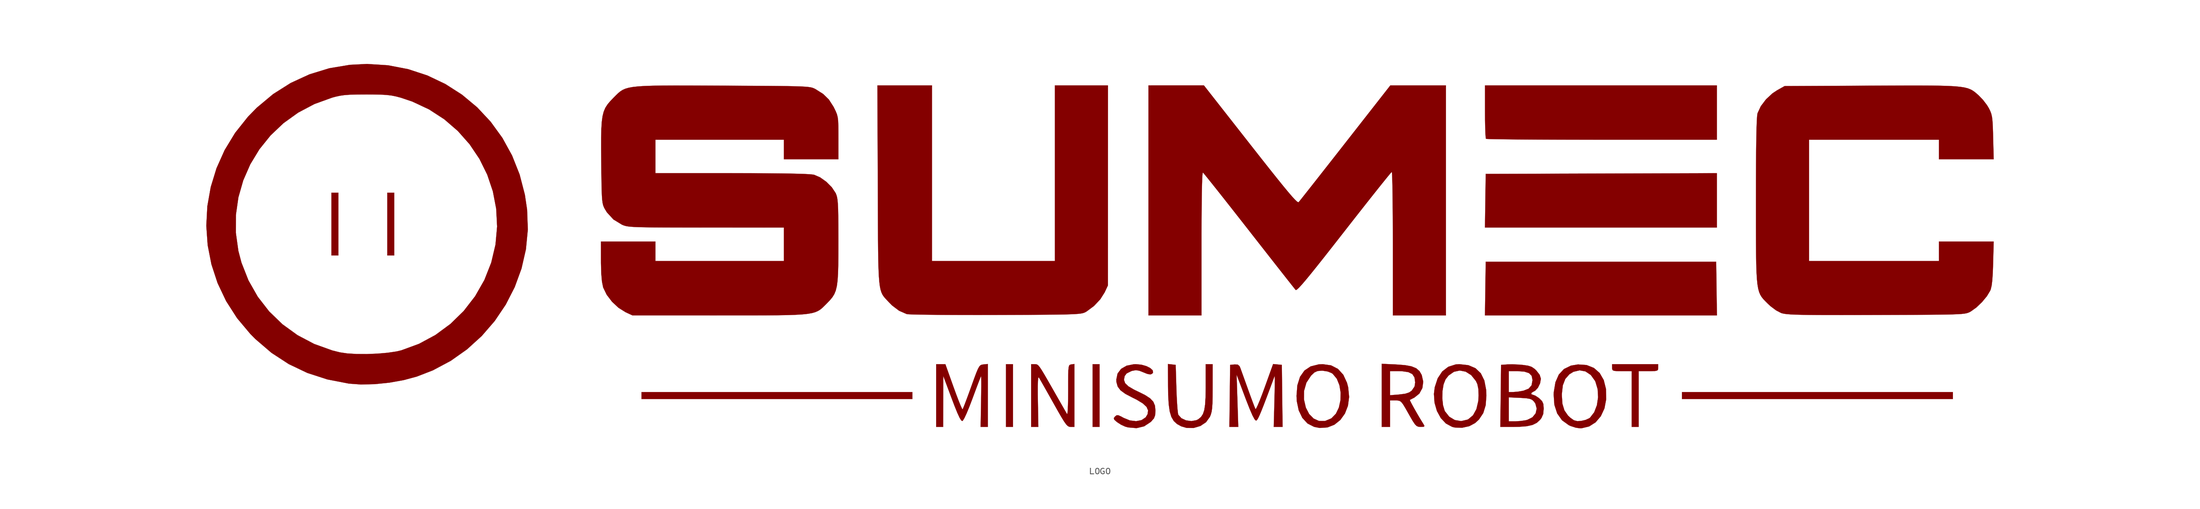
<source format=kicad_sym>
(kicad_symbol_lib
  (version 20220914)
  (generator kicad_symbol_editor)
  (symbol "LOGO"
    (pin_names
      (offset 1.016))
    (property "Reference" "#G"
      (at 0 42.443 0)
      (effects (font (size 1.27 1.27)) hide))
    (symbol "LOGO_0_0"
      (polyline (pts (xy -105.461 6.604) (xy -105.461 11.176) (xy -105.969 11.176) (xy -106.477 11.176) (xy -106.477 6.604) (xy -106.477 2.032) (xy -105.969 2.032) (xy -105.461 2.032) (xy -105.461 6.604)) (stroke (width 0.01) (type default)) (fill (type outline)))
      (polyline (pts (xy -97.333 6.604) (xy -97.333 11.176) (xy -97.841 11.176) (xy -98.349 11.176) (xy -98.349 6.604) (xy -98.349 2.032) (xy -97.841 2.032) (xy -97.333 2.032) (xy -97.333 6.604)) (stroke (width 0.01) (type default)) (fill (type outline)))
      (polyline (pts (xy -21.946 -18.39) (xy -21.946 -17.882) (xy -41.656 -17.882) (xy -61.366 -17.882) (xy -61.366 -18.39) (xy -61.366 -18.898) (xy -41.656 -18.898) (xy -21.946 -18.898) (xy -21.946 -18.39)) (stroke (width 0.01) (type default)) (fill (type outline)))
      (polyline (pts (xy -7.315 -18.39) (xy -7.315 -13.818) (xy -7.823 -13.818) (xy -8.331 -13.818) (xy -8.331 -18.39) (xy -8.331 -22.962) (xy -7.823 -22.962) (xy -7.315 -22.962) (xy -7.315 -18.39)) (stroke (width 0.01) (type default)) (fill (type outline)))
      (polyline (pts (xy 5.283 -18.39) (xy 5.283 -13.818) (xy 4.775 -13.818) (xy 4.267 -13.818) (xy 4.267 -18.39) (xy 4.267 -22.962) (xy 4.775 -22.962) (xy 5.283 -22.962) (xy 5.283 -18.39)) (stroke (width 0.01) (type default)) (fill (type outline)))
      (polyline (pts (xy 95.051 -2.794) (xy 94.996 1.118) (xy 78.232 1.118) (xy 61.468 1.118) (xy 61.413 -2.794) (xy 61.358 -6.706) (xy 78.232 -6.706) (xy 95.106 -6.706) (xy 95.051 -2.794)) (stroke (width 0.01) (type default)) (fill (type outline)))
      (polyline (pts (xy 95.098 10.06) (xy 95.098 14.023) (xy 78.283 13.971) (xy 61.468 13.919) (xy 61.413 10.008) (xy 61.358 6.096) (xy 78.228 6.096) (xy 95.098 6.096) (xy 95.098 10.06)) (stroke (width 0.01) (type default)) (fill (type outline)))
      (polyline (pts (xy 129.438 -18.39) (xy 129.438 -17.882) (xy 109.728 -17.882) (xy 90.018 -17.882) (xy 90.018 -18.39) (xy 90.018 -18.898) (xy 109.728 -18.898) (xy 129.438 -18.898) (xy 129.438 -18.39)) (stroke (width 0.01) (type default)) (fill (type outline)))
      (polyline (pts (xy 83.718 -18.898) (xy 83.718 -14.834) (xy 85.141 -14.834) (xy 85.52 -14.833) (xy 86.109 -14.813) (xy 86.42 -14.743) (xy 86.542 -14.591) (xy 86.563 -14.326) (xy 86.563 -13.818) (xy 83.21 -13.818) (xy 79.858 -13.818) (xy 79.858 -14.326) (xy 79.86 -14.461) (xy 79.915 -14.671) (xy 80.112 -14.783) (xy 80.537 -14.826) (xy 81.28 -14.834) (xy 82.702 -14.834) (xy 82.702 -18.898) (xy 82.702 -22.962) (xy 83.21 -22.962) (xy 83.718 -22.962) (xy 83.718 -18.898)) (stroke (width 0.01) (type default)) (fill (type outline)))
      (polyline (pts (xy 95.098 22.86) (xy 95.098 26.822) (xy 78.232 26.822) (xy 61.366 26.822) (xy 61.366 22.995) (xy 61.366 22.967) (xy 61.373 21.762) (xy 61.393 20.7) (xy 61.422 19.847) (xy 61.459 19.27) (xy 61.502 19.033) (xy 61.57 19.022) (xy 61.994 19.002) (xy 62.778 18.982) (xy 63.891 18.965) (xy 65.303 18.948) (xy 66.985 18.934) (xy 68.905 18.921) (xy 71.034 18.911) (xy 73.341 18.904) (xy 75.795 18.899) (xy 78.367 18.898) (xy 95.098 18.898) (xy 95.098 22.86)) (stroke (width 0.01) (type default)) (fill (type outline)))
      (polyline (pts (xy 19.957 -22.825) (xy 20.776 -22.275) (xy 21.338 -21.495) (xy 21.472 -21.162) (xy 21.585 -20.744) (xy 21.661 -20.215) (xy 21.707 -19.5) (xy 21.73 -18.527) (xy 21.738 -17.221) (xy 21.742 -13.818) (xy 21.234 -13.818) (xy 20.726 -13.818) (xy 20.726 -16.974) (xy 20.726 -17.244) (xy 20.704 -18.646) (xy 20.638 -19.712) (xy 20.517 -20.503) (xy 20.326 -21.078) (xy 20.054 -21.496) (xy 19.687 -21.817) (xy 19.389 -21.977) (xy 18.648 -22.115) (xy 17.867 -22.01) (xy 17.185 -21.692) (xy 16.741 -21.191) (xy 16.694 -20.993) (xy 16.628 -20.426) (xy 16.564 -19.583) (xy 16.506 -18.54) (xy 16.462 -17.374) (xy 16.358 -13.919) (xy 15.799 -13.855) (xy 15.24 -13.791) (xy 15.249 -17.005) (xy 15.266 -18.267) (xy 15.341 -19.64) (xy 15.489 -20.701) (xy 15.729 -21.503) (xy 16.078 -22.099) (xy 16.553 -22.54) (xy 17.17 -22.88) (xy 17.946 -23.107) (xy 18.981 -23.114) (xy 19.957 -22.825)) (stroke (width 0.01) (type default)) (fill (type outline)))
      (polyline (pts (xy 38.438 -23.039) (xy 39.455 -22.637) (xy 40.316 -21.948) (xy 40.984 -21.015) (xy 41.422 -19.883) (xy 41.592 -18.594) (xy 41.457 -17.192) (xy 41.286 -16.532) (xy 40.744 -15.357) (xy 39.969 -14.507) (xy 38.969 -13.991) (xy 37.755 -13.818) (xy 37.155 -13.848) (xy 35.992 -14.142) (xy 35.09 -14.746) (xy 34.447 -15.663) (xy 34.063 -16.892) (xy 33.939 -18.434) (xy 33.965 -18.948) (xy 35.02 -18.948) (xy 35.03 -17.732) (xy 35.377 -16.519) (xy 36.049 -15.495) (xy 36.079 -15.462) (xy 36.554 -15.016) (xy 37.004 -14.814) (xy 37.618 -14.766) (xy 37.746 -14.769) (xy 38.477 -14.883) (xy 39.054 -15.116) (xy 39.221 -15.239) (xy 39.804 -15.948) (xy 40.183 -16.889) (xy 40.359 -17.965) (xy 40.331 -19.079) (xy 40.102 -20.136) (xy 39.669 -21.037) (xy 39.035 -21.687) (xy 38.966 -21.732) (xy 38.074 -22.102) (xy 37.216 -22.098) (xy 36.438 -21.751) (xy 35.783 -21.09) (xy 35.296 -20.146) (xy 35.02 -18.948) (xy 33.965 -18.948) (xy 33.979 -19.213) (xy 34.259 -20.553) (xy 34.787 -21.651) (xy 35.54 -22.464) (xy 36.495 -22.954) (xy 37.304 -23.112) (xy 38.438 -23.039)) (stroke (width 0.01) (type default)) (fill (type outline)))
      (polyline (pts (xy 59.071 -22.856) (xy 59.931 -22.396) (xy 60.493 -21.872) (xy 61.11 -20.947) (xy 61.458 -19.811) (xy 61.565 -18.397) (xy 61.529 -17.557) (xy 61.268 -16.195) (xy 60.753 -15.146) (xy 59.977 -14.404) (xy 58.936 -13.963) (xy 57.624 -13.818) (xy 57.093 -13.854) (xy 56.02 -14.195) (xy 55.139 -14.879) (xy 54.474 -15.885) (xy 54.047 -17.192) (xy 53.931 -18.149) (xy 53.975 -18.793) (xy 55.15 -18.793) (xy 55.177 -17.734) (xy 55.334 -16.767) (xy 55.619 -16.04) (xy 56.067 -15.468) (xy 56.84 -14.929) (xy 57.69 -14.743) (xy 58.551 -14.908) (xy 59.357 -15.418) (xy 60.04 -16.272) (xy 60.251 -16.731) (xy 60.395 -17.425) (xy 60.434 -18.384) (xy 60.383 -19.207) (xy 60.111 -20.369) (xy 59.621 -21.263) (xy 58.936 -21.84) (xy 58.811 -21.9) (xy 57.887 -22.114) (xy 56.977 -21.963) (xy 56.165 -21.477) (xy 55.537 -20.684) (xy 55.494 -20.599) (xy 55.254 -19.797) (xy 55.15 -18.793) (xy 53.975 -18.793) (xy 54.02 -19.437) (xy 54.364 -20.637) (xy 54.929 -21.674) (xy 55.682 -22.473) (xy 56.591 -22.96) (xy 56.975 -23.052) (xy 58.029 -23.084) (xy 59.071 -22.856)) (stroke (width 0.01) (type default)) (fill (type outline)))
      (polyline (pts (xy -17.463 -19.253) (xy -17.452 -15.545) (xy -16.217 -18.856) (xy -15.821 -19.899) (xy -15.404 -20.929) (xy -15.085 -21.621) (xy -14.85 -22.004) (xy -14.685 -22.108) (xy -14.622 -22.062) (xy -14.394 -21.698) (xy -14.07 -21.009) (xy -13.668 -20.04) (xy -13.208 -18.832) (xy -12.906 -18.014) (xy -12.546 -17.049) (xy -12.251 -16.273) (xy -12.046 -15.751) (xy -11.957 -15.546) (xy -11.938 -15.715) (xy -11.929 -16.229) (xy -11.928 -17.025) (xy -11.937 -18.042) (xy -11.954 -19.219) (xy -12.021 -22.962) (xy -11.497 -22.962) (xy -10.973 -22.962) (xy -10.973 -18.377) (xy -10.973 -13.792) (xy -11.614 -13.855) (xy -11.849 -13.889) (xy -12.044 -13.975) (xy -12.224 -14.167) (xy -12.419 -14.521) (xy -12.659 -15.092) (xy -12.975 -15.935) (xy -13.396 -17.107) (xy -13.677 -17.886) (xy -14.035 -18.86) (xy -14.333 -19.649) (xy -14.546 -20.186) (xy -14.648 -20.405) (xy -14.729 -20.299) (xy -14.926 -19.867) (xy -15.212 -19.163) (xy -15.563 -18.243) (xy -15.956 -17.167) (xy -17.152 -13.818) (xy -17.822 -13.818) (xy -18.491 -13.818) (xy -18.491 -18.39) (xy -18.491 -22.962) (xy -17.983 -22.962) (xy -17.475 -22.962) (xy -17.463 -19.253)) (stroke (width 0.01) (type default)) (fill (type outline)))
      (polyline (pts (xy 75.416 -23.157) (xy 76.511 -22.894) (xy 77.458 -22.293) (xy 78.216 -21.401) (xy 78.743 -20.264) (xy 78.995 -18.929) (xy 78.961 -17.416) (xy 78.639 -16.133) (xy 78.05 -15.109) (xy 77.215 -14.371) (xy 76.154 -13.944) (xy 74.889 -13.854) (xy 73.859 -14.03) (xy 72.852 -14.524) (xy 72.103 -15.328) (xy 71.611 -16.447) (xy 71.372 -17.882) (xy 71.353 -18.248) (xy 71.363 -18.39) (xy 72.542 -18.39) (xy 72.546 -18.137) (xy 72.686 -16.902) (xy 73.047 -15.968) (xy 73.645 -15.288) (xy 74.231 -14.928) (xy 75.123 -14.715) (xy 75.985 -14.875) (xy 76.755 -15.392) (xy 77.368 -16.248) (xy 77.429 -16.375) (xy 77.751 -17.457) (xy 77.817 -18.636) (xy 77.645 -19.797) (xy 77.249 -20.828) (xy 76.643 -21.614) (xy 76.54 -21.692) (xy 75.993 -21.943) (xy 75.335 -22.093) (xy 74.789 -22.121) (xy 74.297 -21.993) (xy 73.775 -21.621) (xy 73.44 -21.306) (xy 72.918 -20.552) (xy 72.63 -19.61) (xy 72.542 -18.39) (xy 71.363 -18.39) (xy 71.458 -19.745) (xy 71.865 -21) (xy 72.566 -21.993) (xy 73.552 -22.708) (xy 73.823 -22.831) (xy 74.554 -23.07) (xy 75.184 -23.165) (xy 75.416 -23.157)) (stroke (width 0.01) (type default)) (fill (type outline)))
      (polyline (pts (xy 25.343 -19.152) (xy 25.222 -15.342) (xy 26.479 -18.694) (xy 26.597 -19.007) (xy 27.122 -20.343) (xy 27.535 -21.292) (xy 27.84 -21.859) (xy 28.036 -22.047) (xy 28.097 -22.032) (xy 28.21 -21.927) (xy 28.355 -21.693) (xy 28.547 -21.293) (xy 28.802 -20.691) (xy 29.135 -19.852) (xy 29.561 -18.738) (xy 30.095 -17.314) (xy 30.752 -15.545) (xy 30.753 -15.541) (xy 30.771 -15.692) (xy 30.776 -16.186) (xy 30.771 -16.967) (xy 30.754 -17.975) (xy 30.726 -19.152) (xy 30.625 -22.962) (xy 31.268 -22.962) (xy 31.91 -22.962) (xy 31.855 -18.44) (xy 31.801 -13.919) (xy 31.167 -13.857) (xy 30.533 -13.796) (xy 29.315 -17.185) (xy 28.951 -18.174) (xy 28.59 -19.102) (xy 28.291 -19.816) (xy 28.077 -20.259) (xy 27.973 -20.373) (xy 27.956 -20.341) (xy 27.814 -19.997) (xy 27.574 -19.367) (xy 27.263 -18.527) (xy 26.91 -17.554) (xy 26.839 -17.355) (xy 26.479 -16.351) (xy 26.158 -15.458) (xy 25.909 -14.766) (xy 25.764 -14.365) (xy 25.657 -14.118) (xy 25.396 -13.874) (xy 24.919 -13.857) (xy 24.282 -13.919) (xy 24.228 -18.44) (xy 24.173 -22.962) (xy 24.818 -22.962) (xy 25.464 -22.962) (xy 25.343 -19.152)) (stroke (width 0.01) (type default)) (fill (type outline)))
      (polyline (pts (xy -3.692 -19.198) (xy -3.706 -18.232) (xy -3.707 -17.029) (xy -3.683 -16.219) (xy -3.632 -15.793) (xy -3.556 -15.743) (xy -3.551 -15.752) (xy -3.378 -16.043) (xy -3.045 -16.625) (xy -2.585 -17.437) (xy -2.033 -18.417) (xy -1.422 -19.507) (xy -0.78 -20.65) (xy -0.261 -21.549) (xy 0.129 -22.181) (xy 0.423 -22.592) (xy 0.656 -22.828) (xy 0.859 -22.936) (xy 1.067 -22.962) (xy 1.626 -22.962) (xy 1.626 -18.375) (xy 1.626 -13.789) (xy 1.168 -13.854) (xy 1.099 -13.865) (xy 0.956 -13.911) (xy 0.854 -14.029) (xy 0.785 -14.275) (xy 0.743 -14.704) (xy 0.723 -15.373) (xy 0.716 -16.337) (xy 0.716 -17.652) (xy 0.716 -17.677) (xy 0.71 -18.832) (xy 0.688 -19.809) (xy 0.653 -20.552) (xy 0.61 -21.004) (xy 0.559 -21.106) (xy 0.457 -20.93) (xy 0.175 -20.437) (xy -0.242 -19.705) (xy -0.76 -18.798) (xy -1.34 -17.78) (xy -1.62 -17.287) (xy -2.285 -16.123) (xy -2.789 -15.254) (xy -3.164 -14.636) (xy -3.44 -14.227) (xy -3.648 -13.983) (xy -3.818 -13.863) (xy -3.982 -13.822) (xy -4.17 -13.818) (xy -4.674 -13.818) (xy -4.674 -18.39) (xy -4.674 -22.962) (xy -4.149 -22.962) (xy -3.625 -22.962) (xy -3.692 -19.198)) (stroke (width 0.01) (type default)) (fill (type outline)))
      (polyline (pts (xy -9.855 -6.64) (xy -8.475 -6.636) (xy -6.109 -6.628) (xy -4.101 -6.618) (xy -2.42 -6.606) (xy -1.034 -6.591) (xy 0.088 -6.572) (xy 0.978 -6.547) (xy 1.667 -6.516) (xy 2.188 -6.479) (xy 2.571 -6.433) (xy 2.849 -6.378) (xy 3.052 -6.313) (xy 3.212 -6.237) (xy 3.411 -6.123) (xy 4.467 -5.337) (xy 5.381 -4.37) (xy 6.024 -3.353) (xy 6.498 -2.337) (xy 6.5 12.243) (xy 6.502 26.822) (xy 2.642 26.822) (xy -1.219 26.822) (xy -1.219 14.021) (xy -1.219 1.219) (xy -10.16 1.219) (xy -19.101 1.219) (xy -19.101 14.021) (xy -19.101 26.822) (xy -23.07 26.822) (xy -27.038 26.822) (xy -26.981 12.243) (xy -26.98 11.959) (xy -26.97 9.139) (xy -26.961 6.694) (xy -26.95 4.593) (xy -26.934 2.807) (xy -26.911 1.306) (xy -26.877 0.061) (xy -26.83 -0.957) (xy -26.767 -1.778) (xy -26.686 -2.432) (xy -26.583 -2.948) (xy -26.455 -3.356) (xy -26.3 -3.685) (xy -26.115 -3.965) (xy -25.897 -4.225) (xy -25.644 -4.495) (xy -25.351 -4.804) (xy -24.896 -5.265) (xy -23.885 -6.029) (xy -22.76 -6.519) (xy -22.756 -6.52) (xy -22.453 -6.547) (xy -21.782 -6.572) (xy -20.779 -6.594) (xy -19.481 -6.612) (xy -17.925 -6.627) (xy -16.148 -6.637) (xy -14.186 -6.643) (xy -12.076 -6.644) (xy -9.855 -6.64)) (stroke (width 0.01) (type default)) (fill (type outline)))
      (polyline (pts (xy 47.549 -21.031) (xy 47.549 -19.101) (xy 48.351 -19.101) (xy 48.615 -19.104) (xy 48.905 -19.152) (xy 49.151 -19.306) (xy 49.414 -19.629) (xy 49.753 -20.181) (xy 50.23 -21.027) (xy 50.447 -21.412) (xy 50.867 -22.134) (xy 51.174 -22.586) (xy 51.425 -22.833) (xy 51.679 -22.935) (xy 51.992 -22.957) (xy 52.05 -22.957) (xy 52.465 -22.936) (xy 52.552 -22.813) (xy 52.381 -22.504) (xy 52.26 -22.314) (xy 51.876 -21.683) (xy 51.459 -20.972) (xy 51.057 -20.264) (xy 50.719 -19.647) (xy 50.492 -19.206) (xy 50.426 -19.027) (xy 50.43 -19.025) (xy 50.658 -18.905) (xy 51.081 -18.689) (xy 51.091 -18.685) (xy 51.812 -18.105) (xy 52.25 -17.302) (xy 52.375 -16.368) (xy 52.157 -15.396) (xy 51.835 -14.834) (xy 51.361 -14.419) (xy 50.675 -14.135) (xy 49.713 -13.957) (xy 48.412 -13.859) (xy 46.33 -13.764) (xy 46.33 -18.344) (xy 47.549 -18.344) (xy 47.549 -16.589) (xy 47.549 -14.834) (xy 48.781 -14.834) (xy 49.29 -14.845) (xy 50.198 -14.972) (xy 50.787 -15.263) (xy 51.105 -15.753) (xy 51.203 -16.474) (xy 51.116 -17.065) (xy 50.712 -17.665) (xy 50.323 -17.939) (xy 49.744 -18.127) (xy 48.883 -18.236) (xy 47.549 -18.344) (xy 46.33 -18.344) (xy 46.33 -18.363) (xy 46.33 -22.962) (xy 46.939 -22.962) (xy 47.549 -22.962) (xy 47.549 -21.031)) (stroke (width 0.01) (type default)) (fill (type outline)))
      (polyline (pts (xy 11.769 -22.876) (xy 12.716 -22.249) (xy 12.824 -22.145) (xy 13.204 -21.702) (xy 13.373 -21.245) (xy 13.411 -20.58) (xy 13.411 -20.559) (xy 13.342 -19.86) (xy 13.104 -19.293) (xy 12.64 -18.797) (xy 11.897 -18.311) (xy 10.817 -17.777) (xy 10.303 -17.531) (xy 9.481 -17.048) (xy 9.004 -16.586) (xy 8.834 -16.103) (xy 8.936 -15.556) (xy 9.224 -15.165) (xy 9.917 -14.821) (xy 10.058 -14.781) (xy 10.564 -14.693) (xy 11.041 -14.764) (xy 11.682 -15.015) (xy 12.216 -15.229) (xy 12.657 -15.315) (xy 12.934 -15.214) (xy 13.069 -15.03) (xy 13.006 -14.703) (xy 12.654 -14.377) (xy 12.083 -14.094) (xy 11.364 -13.893) (xy 10.566 -13.818) (xy 10.278 -13.826) (xy 9.223 -14.035) (xy 8.417 -14.498) (xy 7.902 -15.183) (xy 7.722 -16.056) (xy 7.743 -16.45) (xy 7.922 -17.085) (xy 8.329 -17.626) (xy 9.02 -18.137) (xy 10.05 -18.679) (xy 10.696 -19.002) (xy 11.582 -19.541) (xy 12.12 -20.047) (xy 12.34 -20.554) (xy 12.273 -21.093) (xy 11.995 -21.563) (xy 11.392 -21.971) (xy 10.597 -22.126) (xy 9.691 -22.017) (xy 8.753 -21.63) (xy 8.416 -21.442) (xy 8.009 -21.261) (xy 7.756 -21.268) (xy 7.534 -21.443) (xy 7.522 -21.455) (xy 7.353 -21.693) (xy 7.431 -21.913) (xy 7.799 -22.243) (xy 7.811 -22.252) (xy 8.407 -22.641) (xy 9.018 -22.919) (xy 9.441 -23.036) (xy 10.664 -23.141) (xy 11.769 -22.876)) (stroke (width 0.01) (type default)) (fill (type outline)))
      (polyline (pts (xy 65.477 -22.96) (xy 66.349 -22.946) (xy 67.458 -22.857) (xy 68.285 -22.67) (xy 68.901 -22.365) (xy 69.38 -21.924) (xy 69.576 -21.665) (xy 69.831 -21.086) (xy 69.901 -20.322) (xy 69.9 -20.251) (xy 69.853 -19.626) (xy 69.669 -19.207) (xy 69.276 -18.814) (xy 69.155 -18.716) (xy 68.693 -18.411) (xy 68.361 -18.288) (xy 68.34 -18.288) (xy 68.092 -18.183) (xy 68.149 -17.973) (xy 68.481 -17.779) (xy 68.658 -17.691) (xy 69.067 -17.252) (xy 69.374 -16.619) (xy 69.494 -15.941) (xy 69.494 -15.937) (xy 69.316 -15.365) (xy 68.824 -14.732) (xy 68.597 -14.517) (xy 68.159 -14.212) (xy 67.626 -14.036) (xy 66.843 -13.924) (xy 66.222 -13.873) (xy 65.334 -13.838) (xy 64.618 -13.852) (xy 63.703 -13.919) (xy 63.655 -17.882) (xy 64.821 -17.882) (xy 64.821 -16.358) (xy 64.821 -14.834) (xy 66.096 -14.834) (xy 67.063 -14.897) (xy 67.762 -15.118) (xy 68.153 -15.52) (xy 68.275 -16.127) (xy 68.275 -16.157) (xy 68.138 -16.896) (xy 67.711 -17.387) (xy 66.949 -17.685) (xy 66.862 -17.704) (xy 66.134 -17.825) (xy 65.481 -17.877) (xy 64.821 -17.882) (xy 63.655 -17.882) (xy 63.648 -18.44) (xy 63.604 -22.149) (xy 64.821 -22.149) (xy 64.821 -20.4) (xy 64.821 -18.651) (xy 66.466 -18.726) (xy 66.622 -18.733) (xy 67.417 -18.789) (xy 67.925 -18.88) (xy 68.251 -19.033) (xy 68.498 -19.278) (xy 68.694 -19.571) (xy 68.886 -20.291) (xy 68.731 -20.983) (xy 68.26 -21.561) (xy 67.507 -21.936) (xy 67.326 -21.981) (xy 66.566 -22.099) (xy 65.786 -22.148) (xy 64.821 -22.149) (xy 63.604 -22.149) (xy 63.594 -22.962) (xy 65.477 -22.96)) (stroke (width 0.01) (type default)) (fill (type outline)))
      (polyline (pts (xy 20.117 3.771) (xy 20.117 4.892) (xy 20.124 7.317) (xy 20.139 9.388) (xy 20.16 11.096) (xy 20.189 12.432) (xy 20.225 13.388) (xy 20.267 13.956) (xy 20.316 14.125) (xy 20.348 14.093) (xy 20.597 13.799) (xy 21.061 13.227) (xy 21.718 12.405) (xy 22.544 11.366) (xy 23.513 10.138) (xy 24.602 8.752) (xy 25.788 7.239) (xy 27.046 5.63) (xy 27.517 5.025) (xy 28.755 3.441) (xy 29.912 1.961) (xy 30.964 0.617) (xy 31.889 -0.562) (xy 32.66 -1.544) (xy 33.255 -2.298) (xy 33.648 -2.793) (xy 33.816 -2.999) (xy 33.869 -3.011) (xy 34.035 -2.912) (xy 34.315 -2.649) (xy 34.726 -2.201) (xy 35.284 -1.549) (xy 36.005 -0.672) (xy 36.905 0.449) (xy 38.002 1.833) (xy 39.312 3.502) (xy 40.852 5.474) (xy 41.583 6.412) (xy 42.825 8) (xy 43.981 9.471) (xy 45.028 10.797) (xy 45.941 11.947) (xy 46.699 12.893) (xy 47.277 13.606) (xy 47.653 14.056) (xy 47.803 14.213) (xy 47.813 14.191) (xy 47.842 13.867) (xy 47.868 13.187) (xy 47.893 12.19) (xy 47.914 10.912) (xy 47.931 9.393) (xy 47.944 7.668) (xy 47.952 5.778) (xy 47.955 3.759) (xy 47.955 -6.706) (xy 51.816 -6.706) (xy 55.677 -6.706) (xy 55.677 10.058) (xy 55.677 26.822) (xy 51.634 26.822) (xy 47.591 26.822) (xy 41.041 18.44) (xy 40.561 17.825) (xy 39.322 16.241) (xy 38.162 14.761) (xy 37.108 13.416) (xy 36.181 12.236) (xy 35.408 11.254) (xy 34.812 10.499) (xy 34.417 10.003) (xy 34.248 9.796) (xy 34.172 9.785) (xy 33.996 9.897) (xy 33.712 10.166) (xy 33.302 10.612) (xy 32.749 11.256) (xy 32.036 12.12) (xy 31.145 13.223) (xy 30.059 14.586) (xy 28.761 16.231) (xy 27.233 18.178) (xy 20.462 26.823) (xy 16.429 26.823) (xy 12.395 26.822) (xy 12.395 10.058) (xy 12.395 -6.706) (xy 16.256 -6.706) (xy 20.117 -6.706) (xy 20.117 3.771)) (stroke (width 0.01) (type default)) (fill (type outline)))
      (polyline (pts (xy 115.614 -6.649) (xy 118.262 -6.642) (xy 120.121 -6.636) (xy 122.463 -6.628) (xy 124.453 -6.62) (xy 126.12 -6.61) (xy 127.497 -6.596) (xy 128.615 -6.579) (xy 129.505 -6.556) (xy 130.198 -6.528) (xy 130.727 -6.492) (xy 131.121 -6.447) (xy 131.413 -6.394) (xy 131.634 -6.329) (xy 131.815 -6.253) (xy 131.988 -6.164) (xy 132.047 -6.131) (xy 132.854 -5.554) (xy 133.678 -4.765) (xy 134.395 -3.898) (xy 134.878 -3.087) (xy 134.943 -2.918) (xy 135.073 -2.379) (xy 135.17 -1.607) (xy 135.241 -0.546) (xy 135.291 0.864) (xy 135.374 4.064) (xy 131.39 4.064) (xy 127.406 4.064) (xy 127.406 2.642) (xy 127.406 1.219) (xy 117.958 1.219) (xy 108.509 1.219) (xy 108.509 10.058) (xy 108.509 18.898) (xy 117.958 18.898) (xy 127.406 18.898) (xy 127.406 17.475) (xy 127.406 16.053) (xy 131.39 16.053) (xy 135.374 16.053) (xy 135.293 19.253) (xy 135.282 19.686) (xy 135.246 20.802) (xy 135.2 21.617) (xy 135.131 22.214) (xy 135.028 22.672) (xy 134.879 23.072) (xy 134.672 23.495) (xy 134.403 23.941) (xy 133.811 24.718) (xy 133.174 25.378) (xy 132.973 25.556) (xy 132.666 25.816) (xy 132.362 26.038) (xy 132.031 26.225) (xy 131.641 26.38) (xy 131.159 26.505) (xy 130.555 26.604) (xy 129.797 26.68) (xy 128.854 26.734) (xy 127.693 26.77) (xy 126.284 26.791) (xy 124.594 26.799) (xy 122.593 26.798) (xy 120.249 26.79) (xy 117.529 26.778) (xy 104.953 26.721) (xy 103.835 26.091) (xy 103.183 25.657) (xy 102.244 24.784) (xy 101.487 23.78) (xy 101.017 22.766) (xy 101.012 22.75) (xy 100.958 22.372) (xy 100.911 21.671) (xy 100.872 20.636) (xy 100.841 19.253) (xy 100.817 17.513) (xy 100.8 15.402) (xy 100.79 12.908) (xy 100.787 10.02) (xy 100.787 8.606) (xy 100.787 6.158) (xy 100.792 4.067) (xy 100.804 2.301) (xy 100.827 0.827) (xy 100.865 -0.388) (xy 100.923 -1.375) (xy 101.003 -2.167) (xy 101.109 -2.798) (xy 101.245 -3.299) (xy 101.415 -3.702) (xy 101.622 -4.041) (xy 101.87 -4.348) (xy 102.163 -4.655) (xy 102.505 -4.995) (xy 102.915 -5.375) (xy 103.721 -5.979) (xy 104.45 -6.356) (xy 104.665 -6.42) (xy 104.953 -6.477) (xy 105.337 -6.524) (xy 105.85 -6.563) (xy 106.521 -6.594) (xy 107.381 -6.618) (xy 108.463 -6.635) (xy 109.796 -6.646) (xy 111.411 -6.651) (xy 113.34 -6.652) (xy 115.614 -6.649)) (stroke (width 0.01) (type default)) (fill (type outline)))
      (polyline (pts (xy -100.167 -16.728) (xy -98.046 -16.511) (xy -95.963 -16.138) (xy -94.054 -15.623) (xy -91.723 -14.718) (xy -89.127 -13.336) (xy -86.747 -11.654) (xy -84.604 -9.706) (xy -82.718 -7.522) (xy -81.112 -5.135) (xy -79.806 -2.578) (xy -78.821 0.119) (xy -78.18 2.921) (xy -77.902 5.798) (xy -78.009 8.718) (xy -78.332 10.891) (xy -79.096 13.837) (xy -80.195 16.605) (xy -81.607 19.174) (xy -83.308 21.521) (xy -85.273 23.626) (xy -87.479 25.466) (xy -89.902 27.02) (xy -92.519 28.267) (xy -95.306 29.184) (xy -98.24 29.75) (xy -101.295 29.944) (xy -103.783 29.819) (xy -106.793 29.316) (xy -109.671 28.432) (xy -112.398 27.176) (xy -114.957 25.554) (xy -117.33 23.573) (xy -118.624 22.247) (xy -120.491 19.9) (xy -122.016 17.388) (xy -123.198 14.745) (xy -124.037 12.005) (xy -124.532 9.2) (xy -124.681 6.365) (xy -124.609 5.332) (xy -120.384 5.332) (xy -120.377 7.945) (xy -120.012 10.502) (xy -119.307 12.971) (xy -118.281 15.319) (xy -116.951 17.513) (xy -115.336 19.522) (xy -113.453 21.311) (xy -111.319 22.848) (xy -108.954 24.101) (xy -106.375 25.037) (xy -105.896 25.167) (xy -105.242 25.311) (xy -104.56 25.408) (xy -103.754 25.466) (xy -102.732 25.494) (xy -101.397 25.502) (xy -100.446 25.498) (xy -99.335 25.477) (xy -98.471 25.43) (xy -97.76 25.346) (xy -97.107 25.218) (xy -96.418 25.037) (xy -94.716 24.466) (xy -92.275 23.32) (xy -90.058 21.878) (xy -88.086 20.173) (xy -86.375 18.237) (xy -84.943 16.104) (xy -83.809 13.806) (xy -82.99 11.375) (xy -82.505 8.845) (xy -82.371 6.248) (xy -82.606 3.618) (xy -83.228 0.986) (xy -84.226 -1.547) (xy -85.574 -3.914) (xy -87.231 -6.06) (xy -89.165 -7.952) (xy -91.346 -9.561) (xy -93.74 -10.854) (xy -96.317 -11.8) (xy -97.014 -11.963) (xy -98.293 -12.152) (xy -99.768 -12.28) (xy -101.321 -12.341) (xy -102.833 -12.333) (xy -104.185 -12.251) (xy -105.258 -12.091) (xy -106.365 -11.812) (xy -108.987 -10.868) (xy -111.407 -9.59) (xy -113.599 -8.001) (xy -115.537 -6.125) (xy -117.195 -3.986) (xy -118.546 -1.608) (xy -119.566 0.986) (xy -120.016 2.697) (xy -120.384 5.332) (xy -124.609 5.332) (xy -124.483 3.532) (xy -123.938 0.736) (xy -123.045 -1.992) (xy -121.802 -4.617) (xy -120.209 -7.105) (xy -118.265 -9.424) (xy -117.541 -10.155) (xy -115.206 -12.159) (xy -112.692 -13.802) (xy -109.986 -15.094) (xy -107.072 -16.04) (xy -103.937 -16.648) (xy -102.195 -16.776) (xy -100.167 -16.728)) (stroke (width 0.01) (type default)) (fill (type outline)))
      (polyline (pts (xy -45.214 -6.704) (xy -43.192 -6.698) (xy -41.484 -6.684) (xy -40.059 -6.658) (xy -38.886 -6.617) (xy -37.932 -6.557) (xy -37.167 -6.476) (xy -36.558 -6.368) (xy -36.075 -6.231) (xy -35.684 -6.062) (xy -35.356 -5.857) (xy -35.059 -5.613) (xy -34.76 -5.325) (xy -34.429 -4.992) (xy -34.399 -4.962) (xy -33.957 -4.503) (xy -33.599 -4.072) (xy -33.318 -3.622) (xy -33.104 -3.103) (xy -32.948 -2.467) (xy -32.84 -1.666) (xy -32.773 -0.653) (xy -32.736 0.623) (xy -32.722 2.208) (xy -32.72 4.151) (xy -32.721 4.905) (xy -32.726 6.52) (xy -32.738 7.797) (xy -32.759 8.784) (xy -32.792 9.531) (xy -32.84 10.085) (xy -32.905 10.496) (xy -32.99 10.812) (xy -33.097 11.082) (xy -33.118 11.128) (xy -33.676 11.971) (xy -34.472 12.77) (xy -35.377 13.415) (xy -36.261 13.794) (xy -36.35 13.812) (xy -36.895 13.868) (xy -37.817 13.915) (xy -39.12 13.953) (xy -40.81 13.983) (xy -42.891 14.004) (xy -45.369 14.017) (xy -48.248 14.021) (xy -59.334 14.021) (xy -59.334 16.459) (xy -59.334 18.898) (xy -49.987 18.898) (xy -40.64 18.898) (xy -40.64 17.475) (xy -40.64 16.053) (xy -36.678 16.053) (xy -32.715 16.053) (xy -32.715 19.17) (xy -32.716 19.998) (xy -32.726 20.97) (xy -32.758 21.676) (xy -32.822 22.201) (xy -32.932 22.628) (xy -33.1 23.043) (xy -33.337 23.531) (xy -33.435 23.722) (xy -34.104 24.761) (xy -34.933 25.57) (xy -36.044 26.273) (xy -36.145 26.327) (xy -36.322 26.41) (xy -36.523 26.482) (xy -36.781 26.542) (xy -37.126 26.591) (xy -37.592 26.632) (xy -38.21 26.665) (xy -39.011 26.691) (xy -40.028 26.712) (xy -41.292 26.729) (xy -42.835 26.743) (xy -44.689 26.755) (xy -46.886 26.766) (xy -49.458 26.778) (xy -49.522 26.778) (xy -52.249 26.791) (xy -54.602 26.8) (xy -56.611 26.802) (xy -58.31 26.793) (xy -59.728 26.771) (xy -60.898 26.732) (xy -61.85 26.671) (xy -62.617 26.587) (xy -63.229 26.475) (xy -63.719 26.332) (xy -64.117 26.154) (xy -64.454 25.939) (xy -64.763 25.682) (xy -65.075 25.38) (xy -65.421 25.03) (xy -65.453 24.998) (xy -65.935 24.495) (xy -66.324 24.026) (xy -66.63 23.542) (xy -66.862 22.994) (xy -67.029 22.333) (xy -67.141 21.509) (xy -67.206 20.475) (xy -67.235 19.181) (xy -67.236 17.579) (xy -67.22 15.619) (xy -67.203 14.114) (xy -67.183 12.702) (xy -67.159 11.604) (xy -67.127 10.77) (xy -67.083 10.152) (xy -67.024 9.699) (xy -66.946 9.363) (xy -66.846 9.092) (xy -66.719 8.839) (xy -66.395 8.309) (xy -65.448 7.276) (xy -64.211 6.519) (xy -64.11 6.474) (xy -63.898 6.392) (xy -63.654 6.323) (xy -63.344 6.266) (xy -62.934 6.22) (xy -62.39 6.183) (xy -61.678 6.155) (xy -60.763 6.135) (xy -59.613 6.12) (xy -58.192 6.111) (xy -56.467 6.105) (xy -54.404 6.102) (xy -51.968 6.101) (xy -40.64 6.096) (xy -40.64 3.658) (xy -40.64 1.219) (xy -49.987 1.219) (xy -59.334 1.219) (xy -59.334 2.642) (xy -59.334 4.064) (xy -63.297 4.064) (xy -67.259 4.064) (xy -67.259 1.256) (xy -67.258 0.902) (xy -67.217 -0.616) (xy -67.116 -1.768) (xy -66.952 -2.585) (xy -66.925 -2.672) (xy -66.427 -3.699) (xy -65.653 -4.714) (xy -64.712 -5.596) (xy -63.707 -6.226) (xy -62.687 -6.702) (xy -50.074 -6.704) (xy -47.583 -6.704) (xy -45.214 -6.704)) (stroke (width 0.01) (type default)) (fill (type outline))))))
</source>
